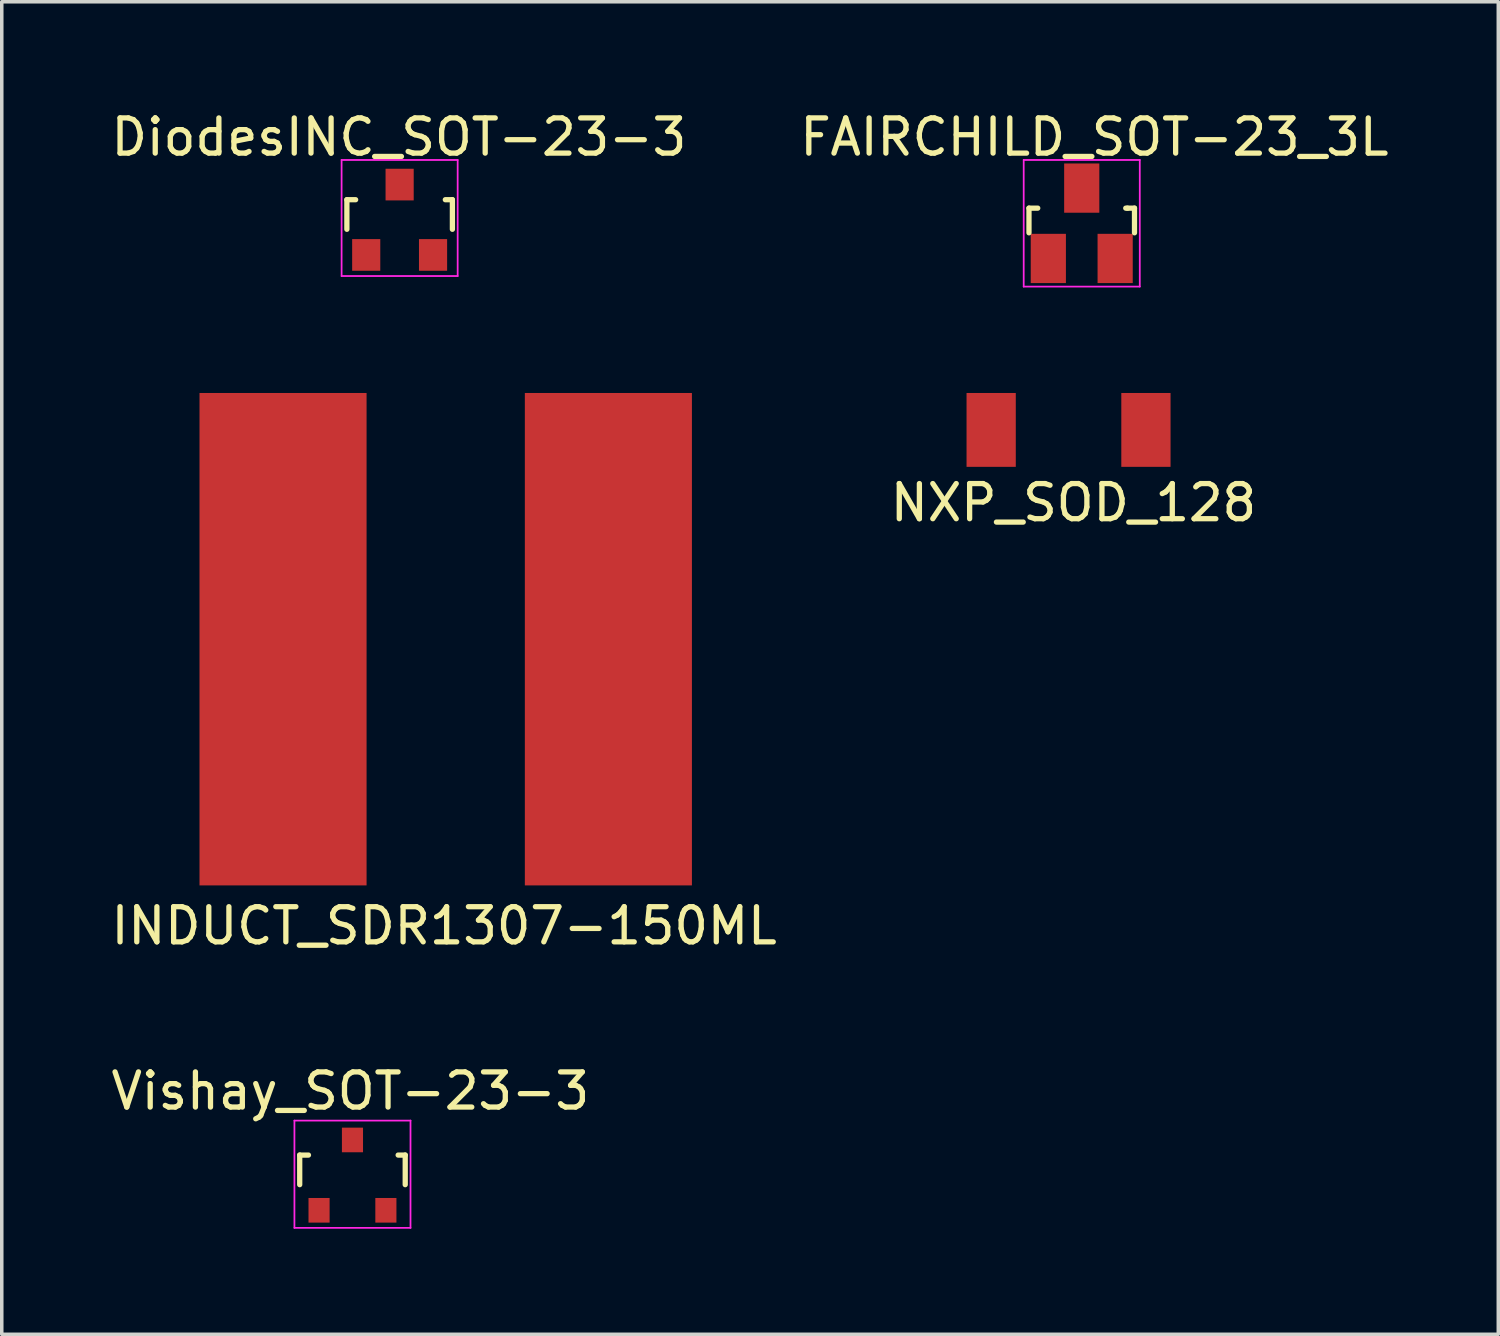
<source format=kicad_pcb>
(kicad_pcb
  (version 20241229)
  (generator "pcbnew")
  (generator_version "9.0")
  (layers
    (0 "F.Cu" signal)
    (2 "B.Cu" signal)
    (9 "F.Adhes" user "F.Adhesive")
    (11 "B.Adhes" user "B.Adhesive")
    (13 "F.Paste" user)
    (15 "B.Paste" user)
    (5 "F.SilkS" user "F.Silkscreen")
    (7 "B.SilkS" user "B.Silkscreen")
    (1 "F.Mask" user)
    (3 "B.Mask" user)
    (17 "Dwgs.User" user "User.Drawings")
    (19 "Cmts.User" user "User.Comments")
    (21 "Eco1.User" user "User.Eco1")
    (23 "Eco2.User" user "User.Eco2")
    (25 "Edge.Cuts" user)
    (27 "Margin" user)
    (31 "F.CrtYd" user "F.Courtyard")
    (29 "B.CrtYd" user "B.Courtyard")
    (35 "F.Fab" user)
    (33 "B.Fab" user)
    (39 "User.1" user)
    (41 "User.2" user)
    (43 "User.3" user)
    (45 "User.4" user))
  (footprint "FAIRCHILD_SOT-23_3L"
    (layer "F.Cu")
    (at 27.705 2.298)
    (property "Reference" "FAIRCHILD_SOT-23_3L" (at 0.36 -1.45 0) (layer "F.SilkS") (effects (font (size 1 1) (thickness 0.15))))
    (attr smd)
    (fp_line (start -1.5 0.57) (end -1.251 0.57) (stroke (width 0.15) (type solid)) (layer "F.SilkS"))
    (fp_line (start -1.5 1.271) (end -1.5 0.57) (stroke (width 0.15) (type solid)) (layer "F.SilkS"))
    (fp_line (start 1.299 0.57) (end 1.251 0.57) (stroke (width 0.15) (type solid)) (layer "F.SilkS"))
    (fp_line (start 1.299 0.57) (end 1.5 0.57) (stroke (width 0.15) (type solid)) (layer "F.SilkS"))
    (fp_line (start 1.5 0.57) (end 1.5 1.271) (stroke (width 0.15) (type solid)) (layer "F.SilkS"))
    (fp_line (start -1.65 -0.8) (end 1.65 -0.8) (stroke (width 0.05) (type solid)) (layer "F.CrtYd"))
    (fp_line (start -1.65 2.8) (end -1.65 -0.8) (stroke (width 0.05) (type solid)) (layer "F.CrtYd"))
    (fp_line (start 1.65 -0.8) (end 1.65 2.8) (stroke (width 0.05) (type solid)) (layer "F.CrtYd"))
    (fp_line (start 1.65 2.8) (end -1.65 2.8) (stroke (width 0.05) (type solid)) (layer "F.CrtYd"))
    (pad "1" smd rect (at -0.95 2) (size 1 1.4) (layers "F.Cu" "F.Mask" "F.Paste"))
    (pad "2" smd rect (at 0.95 2) (size 1 1.4) (layers "F.Cu" "F.Mask" "F.Paste"))
    (pad "3" smd rect (at 0 0) (size 1 1.4) (layers "F.Cu" "F.Mask" "F.Paste")))
  (footprint "Vishay_SOT-23-3"
    (layer "F.Cu")
    (at 6.971 30.36)
    (property "Reference" "Vishay_SOT-23-3" (at -0.06 -2.39 0) (layer "F.SilkS") (effects (font (size 1 1) (thickness 0.15))))
    (attr smd)
    (fp_line (start -1.5 -0.57) (end -1.251 -0.57) (stroke (width 0.15) (type solid)) (layer "F.SilkS"))
    (fp_line (start -1.5 0.271) (end -1.5 -0.57) (stroke (width 0.15) (type solid)) (layer "F.SilkS"))
    (fp_line (start 1.299 -0.57) (end 1.5 -0.57) (stroke (width 0.15) (type solid)) (layer "F.SilkS"))
    (fp_line (start 1.5 -0.57) (end 1.5 0.271) (stroke (width 0.15) (type solid)) (layer "F.SilkS"))
    (fp_line (start -1.65 -1.55) (end 1.65 -1.55) (stroke (width 0.05) (type solid)) (layer "F.CrtYd"))
    (fp_line (start -1.65 1.5) (end -1.65 -1.55) (stroke (width 0.05) (type solid)) (layer "F.CrtYd"))
    (fp_line (start 1.65 -1.55) (end 1.65 1.5) (stroke (width 0.05) (type solid)) (layer "F.CrtYd"))
    (fp_line (start 1.65 1.5) (end -1.65 1.5) (stroke (width 0.05) (type solid)) (layer "F.CrtYd"))
    (pad "D" smd rect (at 0 -1) (size 0.6 0.7) (layers "F.Cu" "F.Mask" "F.Paste"))
    (pad "G" smd rect (at -0.95 1) (size 0.6 0.7) (layers "F.Cu" "F.Mask" "F.Paste"))
    (pad "S" smd rect (at 0.95 1) (size 0.6 0.7) (layers "F.Cu" "F.Mask" "F.Paste")))
  (footprint "NXP_SOD_128"
    (layer "F.Cu")
    (at 25.13 9.173)
    (property "Reference" "NXP_SOD_128" (at 2.34 2.07 0) (layer "F.SilkS") (effects (font (size 1 1) (thickness 0.15))))
    (attr through_hole)
    (pad "1" smd rect (at 0 0) (size 1.4 2.1) (layers "F.Cu" "F.Mask" "F.Paste"))
    (pad "2" smd rect (at 4.4 0) (size 1.4 2.1) (layers "F.Cu" "F.Mask" "F.Paste")))
  (footprint "DiodesINC_SOT-23-3"
    (layer "F.Cu")
    (at 8.312 3.198)
    (property "Reference" "DiodesINC_SOT-23-3" (at -0.02 -2.35 0) (layer "F.SilkS") (effects (font (size 1 1) (thickness 0.15))))
    (attr smd)
    (fp_line (start -1.5 -0.57) (end -1.251 -0.57) (stroke (width 0.15) (type solid)) (layer "F.SilkS"))
    (fp_line (start -1.5 0.271) (end -1.5 -0.57) (stroke (width 0.15) (type solid)) (layer "F.SilkS"))
    (fp_line (start 1.299 -0.57) (end 1.5 -0.57) (stroke (width 0.15) (type solid)) (layer "F.SilkS"))
    (fp_line (start 1.5 -0.57) (end 1.5 0.271) (stroke (width 0.15) (type solid)) (layer "F.SilkS"))
    (fp_line (start -1.65 -1.7) (end 1.65 -1.7) (stroke (width 0.05) (type solid)) (layer "F.CrtYd"))
    (fp_line (start -1.65 1.6) (end -1.65 -1.7) (stroke (width 0.05) (type solid)) (layer "F.CrtYd"))
    (fp_line (start 1.65 -1.7) (end 1.65 1.6) (stroke (width 0.05) (type solid)) (layer "F.CrtYd"))
    (fp_line (start 1.65 1.6) (end -1.65 1.6) (stroke (width 0.05) (type solid)) (layer "F.CrtYd"))
    (pad "D" smd rect (at 0 -1) (size 0.8 0.9) (layers "F.Cu" "F.Mask" "F.Paste"))
    (pad "G" smd rect (at -0.95 1) (size 0.8 0.9) (layers "F.Cu" "F.Mask" "F.Paste"))
    (pad "S" smd rect (at 0.95 1) (size 0.8 0.9) (layers "F.Cu" "F.Mask" "F.Paste")))
  (footprint "INDUCT_SDR1307-150ML"
    (layer "F.Cu")
    (at 4.997 15.123)
    (property "Reference" "INDUCT_SDR1307-150ML" (at 4.58 8.15 0) (layer "F.SilkS") (effects (font (size 1 1) (thickness 0.15))))
    (attr through_hole)
    (pad "1" smd rect (at 0 0) (size 4.75 14) (layers "F.Cu" "F.Mask" "F.Paste"))
    (pad "2" smd rect (at 9.25 0) (size 4.75 14) (layers "F.Cu" "F.Mask" "F.Paste")))
  (gr_rect
    (start -3 -3)
    (end 39.548 34.885)
    (stroke (width 0.1) (type default))
    (fill no)
    (layer "Edge.Cuts")))
</source>
